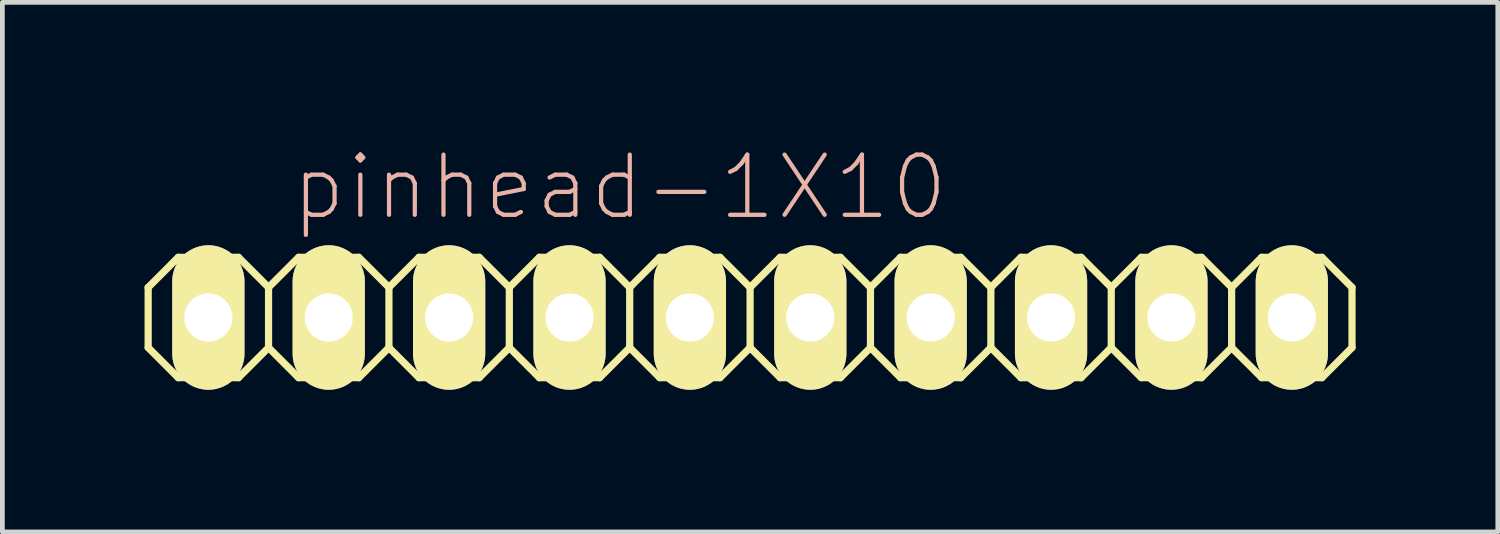
<source format=kicad_pcb>
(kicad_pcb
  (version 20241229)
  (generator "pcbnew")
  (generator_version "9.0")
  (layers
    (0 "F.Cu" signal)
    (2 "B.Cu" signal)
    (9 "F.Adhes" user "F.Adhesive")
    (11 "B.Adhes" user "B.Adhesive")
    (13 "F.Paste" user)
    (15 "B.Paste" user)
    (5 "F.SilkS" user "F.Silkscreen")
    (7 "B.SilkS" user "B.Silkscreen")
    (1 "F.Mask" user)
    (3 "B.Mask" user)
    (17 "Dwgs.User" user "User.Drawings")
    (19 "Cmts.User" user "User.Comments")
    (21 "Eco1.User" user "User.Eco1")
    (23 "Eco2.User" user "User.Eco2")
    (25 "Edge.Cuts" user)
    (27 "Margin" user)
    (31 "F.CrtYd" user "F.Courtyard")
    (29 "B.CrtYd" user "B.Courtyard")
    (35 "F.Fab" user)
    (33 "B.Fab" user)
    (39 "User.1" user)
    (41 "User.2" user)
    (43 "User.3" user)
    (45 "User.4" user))
  (footprint "pinhead-1X10"
    (layer "F.Cu")
    (at 12.776 3.649)
    (property "Reference" "pinhead-1X10" (at -2.75 -2.75 180) (layer "B.SilkS") (effects (font (size 1.27 1.27) (thickness 0.089))))
    (attr exclude_from_pos_files exclude_from_bom)
    (fp_line (start -12.7 -0.635) (end -12.7 0.635) (stroke (width 0.152) (type solid)) (layer "F.SilkS"))
    (fp_line (start -12.7 0.635) (end -12.065 1.27) (stroke (width 0.152) (type solid)) (layer "F.SilkS"))
    (fp_line (start -12.065 -1.27) (end -12.7 -0.635) (stroke (width 0.152) (type solid)) (layer "F.SilkS"))
    (fp_line (start -12.065 -1.27) (end -10.795 -1.27) (stroke (width 0.152) (type solid)) (layer "F.SilkS"))
    (fp_line (start -11.684 -0.254) (end -11.176 -0.254) (stroke (width 0.066) (type solid)) (layer "F.SilkS"))
    (fp_line (start -11.684 0.254) (end -11.684 -0.254) (stroke (width 0.066) (type solid)) (layer "F.SilkS"))
    (fp_line (start -11.684 0.254) (end -11.176 0.254) (stroke (width 0.066) (type solid)) (layer "F.SilkS"))
    (fp_line (start -11.176 0.254) (end -11.176 -0.254) (stroke (width 0.066) (type solid)) (layer "F.SilkS"))
    (fp_line (start -10.795 -1.27) (end -10.16 -0.635) (stroke (width 0.152) (type solid)) (layer "F.SilkS"))
    (fp_line (start -10.795 1.27) (end -12.065 1.27) (stroke (width 0.152) (type solid)) (layer "F.SilkS"))
    (fp_line (start -10.16 -0.635) (end -10.16 0.635) (stroke (width 0.152) (type solid)) (layer "F.SilkS"))
    (fp_line (start -10.16 -0.635) (end -9.525 -1.27) (stroke (width 0.152) (type solid)) (layer "F.SilkS"))
    (fp_line (start -10.16 0.635) (end -10.795 1.27) (stroke (width 0.152) (type solid)) (layer "F.SilkS"))
    (fp_line (start -9.525 -1.27) (end -8.255 -1.27) (stroke (width 0.152) (type solid)) (layer "F.SilkS"))
    (fp_line (start -9.525 1.27) (end -10.16 0.635) (stroke (width 0.152) (type solid)) (layer "F.SilkS"))
    (fp_line (start -9.144 -0.254) (end -8.636 -0.254) (stroke (width 0.066) (type solid)) (layer "F.SilkS"))
    (fp_line (start -9.144 0.254) (end -9.144 -0.254) (stroke (width 0.066) (type solid)) (layer "F.SilkS"))
    (fp_line (start -9.144 0.254) (end -8.636 0.254) (stroke (width 0.066) (type solid)) (layer "F.SilkS"))
    (fp_line (start -8.636 0.254) (end -8.636 -0.254) (stroke (width 0.066) (type solid)) (layer "F.SilkS"))
    (fp_line (start -8.255 -1.27) (end -7.62 -0.635) (stroke (width 0.152) (type solid)) (layer "F.SilkS"))
    (fp_line (start -8.255 1.27) (end -9.525 1.27) (stroke (width 0.152) (type solid)) (layer "F.SilkS"))
    (fp_line (start -7.62 -0.635) (end -7.62 0.635) (stroke (width 0.152) (type solid)) (layer "F.SilkS"))
    (fp_line (start -7.62 -0.635) (end -6.985 -1.27) (stroke (width 0.152) (type solid)) (layer "F.SilkS"))
    (fp_line (start -7.62 0.635) (end -8.255 1.27) (stroke (width 0.152) (type solid)) (layer "F.SilkS"))
    (fp_line (start -6.985 -1.27) (end -5.715 -1.27) (stroke (width 0.152) (type solid)) (layer "F.SilkS"))
    (fp_line (start -6.985 1.27) (end -7.62 0.635) (stroke (width 0.152) (type solid)) (layer "F.SilkS"))
    (fp_line (start -6.604 -0.254) (end -6.096 -0.254) (stroke (width 0.066) (type solid)) (layer "F.SilkS"))
    (fp_line (start -6.604 0.254) (end -6.604 -0.254) (stroke (width 0.066) (type solid)) (layer "F.SilkS"))
    (fp_line (start -6.604 0.254) (end -6.096 0.254) (stroke (width 0.066) (type solid)) (layer "F.SilkS"))
    (fp_line (start -6.096 0.254) (end -6.096 -0.254) (stroke (width 0.066) (type solid)) (layer "F.SilkS"))
    (fp_line (start -5.715 -1.27) (end -5.08 -0.635) (stroke (width 0.152) (type solid)) (layer "F.SilkS"))
    (fp_line (start -5.715 1.27) (end -6.985 1.27) (stroke (width 0.152) (type solid)) (layer "F.SilkS"))
    (fp_line (start -5.08 -0.635) (end -5.08 0.635) (stroke (width 0.152) (type solid)) (layer "F.SilkS"))
    (fp_line (start -5.08 0.635) (end -5.715 1.27) (stroke (width 0.152) (type solid)) (layer "F.SilkS"))
    (fp_line (start -5.08 0.635) (end -4.445 1.27) (stroke (width 0.152) (type solid)) (layer "F.SilkS"))
    (fp_line (start -4.445 -1.27) (end -5.08 -0.635) (stroke (width 0.152) (type solid)) (layer "F.SilkS"))
    (fp_line (start -4.445 -1.27) (end -3.175 -1.27) (stroke (width 0.152) (type solid)) (layer "F.SilkS"))
    (fp_line (start -4.064 -0.254) (end -3.556 -0.254) (stroke (width 0.066) (type solid)) (layer "F.SilkS"))
    (fp_line (start -4.064 0.254) (end -4.064 -0.254) (stroke (width 0.066) (type solid)) (layer "F.SilkS"))
    (fp_line (start -4.064 0.254) (end -3.556 0.254) (stroke (width 0.066) (type solid)) (layer "F.SilkS"))
    (fp_line (start -3.556 0.254) (end -3.556 -0.254) (stroke (width 0.066) (type solid)) (layer "F.SilkS"))
    (fp_line (start -3.175 -1.27) (end -2.54 -0.635) (stroke (width 0.152) (type solid)) (layer "F.SilkS"))
    (fp_line (start -3.175 1.27) (end -4.445 1.27) (stroke (width 0.152) (type solid)) (layer "F.SilkS"))
    (fp_line (start -2.54 -0.635) (end -2.54 0.635) (stroke (width 0.152) (type solid)) (layer "F.SilkS"))
    (fp_line (start -2.54 -0.635) (end -1.905 -1.27) (stroke (width 0.152) (type solid)) (layer "F.SilkS"))
    (fp_line (start -2.54 0.635) (end -3.175 1.27) (stroke (width 0.152) (type solid)) (layer "F.SilkS"))
    (fp_line (start -1.905 -1.27) (end -0.635 -1.27) (stroke (width 0.152) (type solid)) (layer "F.SilkS"))
    (fp_line (start -1.905 1.27) (end -2.54 0.635) (stroke (width 0.152) (type solid)) (layer "F.SilkS"))
    (fp_line (start -1.524 -0.254) (end -1.016 -0.254) (stroke (width 0.066) (type solid)) (layer "F.SilkS"))
    (fp_line (start -1.524 0.254) (end -1.524 -0.254) (stroke (width 0.066) (type solid)) (layer "F.SilkS"))
    (fp_line (start -1.524 0.254) (end -1.016 0.254) (stroke (width 0.066) (type solid)) (layer "F.SilkS"))
    (fp_line (start -1.016 0.254) (end -1.016 -0.254) (stroke (width 0.066) (type solid)) (layer "F.SilkS"))
    (fp_line (start -0.635 -1.27) (end 0 -0.635) (stroke (width 0.152) (type solid)) (layer "F.SilkS"))
    (fp_line (start -0.635 1.27) (end -1.905 1.27) (stroke (width 0.152) (type solid)) (layer "F.SilkS"))
    (fp_line (start 0 -0.635) (end 0 0.635) (stroke (width 0.152) (type solid)) (layer "F.SilkS"))
    (fp_line (start 0 -0.635) (end 0.635 -1.27) (stroke (width 0.152) (type solid)) (layer "F.SilkS"))
    (fp_line (start 0 0.635) (end -0.635 1.27) (stroke (width 0.152) (type solid)) (layer "F.SilkS"))
    (fp_line (start 0.635 -1.27) (end 1.905 -1.27) (stroke (width 0.152) (type solid)) (layer "F.SilkS"))
    (fp_line (start 0.635 1.27) (end 0 0.635) (stroke (width 0.152) (type solid)) (layer "F.SilkS"))
    (fp_line (start 1.016 -0.254) (end 1.524 -0.254) (stroke (width 0.066) (type solid)) (layer "F.SilkS"))
    (fp_line (start 1.016 0.254) (end 1.016 -0.254) (stroke (width 0.066) (type solid)) (layer "F.SilkS"))
    (fp_line (start 1.016 0.254) (end 1.524 0.254) (stroke (width 0.066) (type solid)) (layer "F.SilkS"))
    (fp_line (start 1.524 0.254) (end 1.524 -0.254) (stroke (width 0.066) (type solid)) (layer "F.SilkS"))
    (fp_line (start 1.905 -1.27) (end 2.54 -0.635) (stroke (width 0.152) (type solid)) (layer "F.SilkS"))
    (fp_line (start 1.905 1.27) (end 0.635 1.27) (stroke (width 0.152) (type solid)) (layer "F.SilkS"))
    (fp_line (start 2.54 -0.635) (end 2.54 0.635) (stroke (width 0.152) (type solid)) (layer "F.SilkS"))
    (fp_line (start 2.54 0.635) (end 1.905 1.27) (stroke (width 0.152) (type solid)) (layer "F.SilkS"))
    (fp_line (start 2.54 0.635) (end 3.175 1.27) (stroke (width 0.152) (type solid)) (layer "F.SilkS"))
    (fp_line (start 3.175 -1.27) (end 2.54 -0.635) (stroke (width 0.152) (type solid)) (layer "F.SilkS"))
    (fp_line (start 3.175 -1.27) (end 4.445 -1.27) (stroke (width 0.152) (type solid)) (layer "F.SilkS"))
    (fp_line (start 3.556 -0.254) (end 4.064 -0.254) (stroke (width 0.066) (type solid)) (layer "F.SilkS"))
    (fp_line (start 3.556 0.254) (end 3.556 -0.254) (stroke (width 0.066) (type solid)) (layer "F.SilkS"))
    (fp_line (start 3.556 0.254) (end 4.064 0.254) (stroke (width 0.066) (type solid)) (layer "F.SilkS"))
    (fp_line (start 4.064 0.254) (end 4.064 -0.254) (stroke (width 0.066) (type solid)) (layer "F.SilkS"))
    (fp_line (start 4.445 -1.27) (end 5.08 -0.635) (stroke (width 0.152) (type solid)) (layer "F.SilkS"))
    (fp_line (start 4.445 1.27) (end 3.175 1.27) (stroke (width 0.152) (type solid)) (layer "F.SilkS"))
    (fp_line (start 5.08 -0.635) (end 5.08 0.635) (stroke (width 0.152) (type solid)) (layer "F.SilkS"))
    (fp_line (start 5.08 -0.635) (end 5.715 -1.27) (stroke (width 0.152) (type solid)) (layer "F.SilkS"))
    (fp_line (start 5.08 0.635) (end 4.445 1.27) (stroke (width 0.152) (type solid)) (layer "F.SilkS"))
    (fp_line (start 5.715 -1.27) (end 6.985 -1.27) (stroke (width 0.152) (type solid)) (layer "F.SilkS"))
    (fp_line (start 5.715 1.27) (end 5.08 0.635) (stroke (width 0.152) (type solid)) (layer "F.SilkS"))
    (fp_line (start 6.096 -0.254) (end 6.604 -0.254) (stroke (width 0.066) (type solid)) (layer "F.SilkS"))
    (fp_line (start 6.096 0.254) (end 6.096 -0.254) (stroke (width 0.066) (type solid)) (layer "F.SilkS"))
    (fp_line (start 6.096 0.254) (end 6.604 0.254) (stroke (width 0.066) (type solid)) (layer "F.SilkS"))
    (fp_line (start 6.604 0.254) (end 6.604 -0.254) (stroke (width 0.066) (type solid)) (layer "F.SilkS"))
    (fp_line (start 6.985 -1.27) (end 7.62 -0.635) (stroke (width 0.152) (type solid)) (layer "F.SilkS"))
    (fp_line (start 6.985 1.27) (end 5.715 1.27) (stroke (width 0.152) (type solid)) (layer "F.SilkS"))
    (fp_line (start 7.62 -0.635) (end 7.62 0.635) (stroke (width 0.152) (type solid)) (layer "F.SilkS"))
    (fp_line (start 7.62 -0.635) (end 8.255 -1.27) (stroke (width 0.152) (type solid)) (layer "F.SilkS"))
    (fp_line (start 7.62 0.635) (end 6.985 1.27) (stroke (width 0.152) (type solid)) (layer "F.SilkS"))
    (fp_line (start 8.255 -1.27) (end 9.525 -1.27) (stroke (width 0.152) (type solid)) (layer "F.SilkS"))
    (fp_line (start 8.255 1.27) (end 7.62 0.635) (stroke (width 0.152) (type solid)) (layer "F.SilkS"))
    (fp_line (start 8.636 -0.254) (end 9.144 -0.254) (stroke (width 0.066) (type solid)) (layer "F.SilkS"))
    (fp_line (start 8.636 0.254) (end 8.636 -0.254) (stroke (width 0.066) (type solid)) (layer "F.SilkS"))
    (fp_line (start 8.636 0.254) (end 9.144 0.254) (stroke (width 0.066) (type solid)) (layer "F.SilkS"))
    (fp_line (start 9.144 0.254) (end 9.144 -0.254) (stroke (width 0.066) (type solid)) (layer "F.SilkS"))
    (fp_line (start 9.525 -1.27) (end 10.16 -0.635) (stroke (width 0.152) (type solid)) (layer "F.SilkS"))
    (fp_line (start 9.525 1.27) (end 8.255 1.27) (stroke (width 0.152) (type solid)) (layer "F.SilkS"))
    (fp_line (start 10.16 -0.635) (end 10.16 0.635) (stroke (width 0.152) (type solid)) (layer "F.SilkS"))
    (fp_line (start 10.16 0.635) (end 9.525 1.27) (stroke (width 0.152) (type solid)) (layer "F.SilkS"))
    (fp_line (start 10.16 0.635) (end 10.795 1.27) (stroke (width 0.152) (type solid)) (layer "F.SilkS"))
    (fp_line (start 10.795 -1.27) (end 10.16 -0.635) (stroke (width 0.152) (type solid)) (layer "F.SilkS"))
    (fp_line (start 10.795 -1.27) (end 12.065 -1.27) (stroke (width 0.152) (type solid)) (layer "F.SilkS"))
    (fp_line (start 11.176 -0.254) (end 11.684 -0.254) (stroke (width 0.066) (type solid)) (layer "F.SilkS"))
    (fp_line (start 11.176 0.254) (end 11.176 -0.254) (stroke (width 0.066) (type solid)) (layer "F.SilkS"))
    (fp_line (start 11.176 0.254) (end 11.684 0.254) (stroke (width 0.066) (type solid)) (layer "F.SilkS"))
    (fp_line (start 11.684 0.254) (end 11.684 -0.254) (stroke (width 0.066) (type solid)) (layer "F.SilkS"))
    (fp_line (start 12.065 -1.27) (end 12.7 -0.635) (stroke (width 0.152) (type solid)) (layer "F.SilkS"))
    (fp_line (start 12.065 1.27) (end 10.795 1.27) (stroke (width 0.152) (type solid)) (layer "F.SilkS"))
    (fp_line (start 12.7 -0.635) (end 12.7 0.635) (stroke (width 0.152) (type solid)) (layer "F.SilkS"))
    (fp_line (start 12.7 0.635) (end 12.065 1.27) (stroke (width 0.152) (type solid)) (layer "F.SilkS"))
    (pad "1" thru_hole oval (at -11.43 0) (size 1.524 3.048) (drill 1.016) (layers "*.Cu" "*.Mask" "F.SilkS" "F.Paste"))
    (pad "2" thru_hole oval (at -8.89 0) (size 1.524 3.048) (drill 1.016) (layers "*.Cu" "*.Mask" "F.SilkS" "F.Paste"))
    (pad "3" thru_hole oval (at -6.35 0) (size 1.524 3.048) (drill 1.016) (layers "*.Cu" "*.Mask" "F.SilkS" "F.Paste"))
    (pad "4" thru_hole oval (at -3.81 0) (size 1.524 3.048) (drill 1.016) (layers "*.Cu" "*.Mask" "F.SilkS" "F.Paste"))
    (pad "5" thru_hole oval (at -1.27 0) (size 1.524 3.048) (drill 1.016) (layers "*.Cu" "*.Mask" "F.SilkS" "F.Paste"))
    (pad "6" thru_hole oval (at 1.27 0) (size 1.524 3.048) (drill 1.016) (layers "*.Cu" "*.Mask" "F.SilkS" "F.Paste"))
    (pad "7" thru_hole oval (at 3.81 0) (size 1.524 3.048) (drill 1.016) (layers "*.Cu" "*.Mask" "F.SilkS" "F.Paste"))
    (pad "8" thru_hole oval (at 6.35 0) (size 1.524 3.048) (drill 1.016) (layers "*.Cu" "*.Mask" "F.SilkS" "F.Paste"))
    (pad "9" thru_hole oval (at 8.89 0) (size 1.524 3.048) (drill 1.016) (layers "*.Cu" "*.Mask" "F.SilkS" "F.Paste"))
    (pad "10" thru_hole oval (at 11.43 0) (size 1.524 3.048) (drill 1.016) (layers "*.Cu" "*.Mask" "F.SilkS" "F.Paste")))
  (gr_rect
    (start -3 -3)
    (end 28.552 8.173)
    (stroke (width 0.1) (type default))
    (fill no)
    (layer "Edge.Cuts")))
</source>
